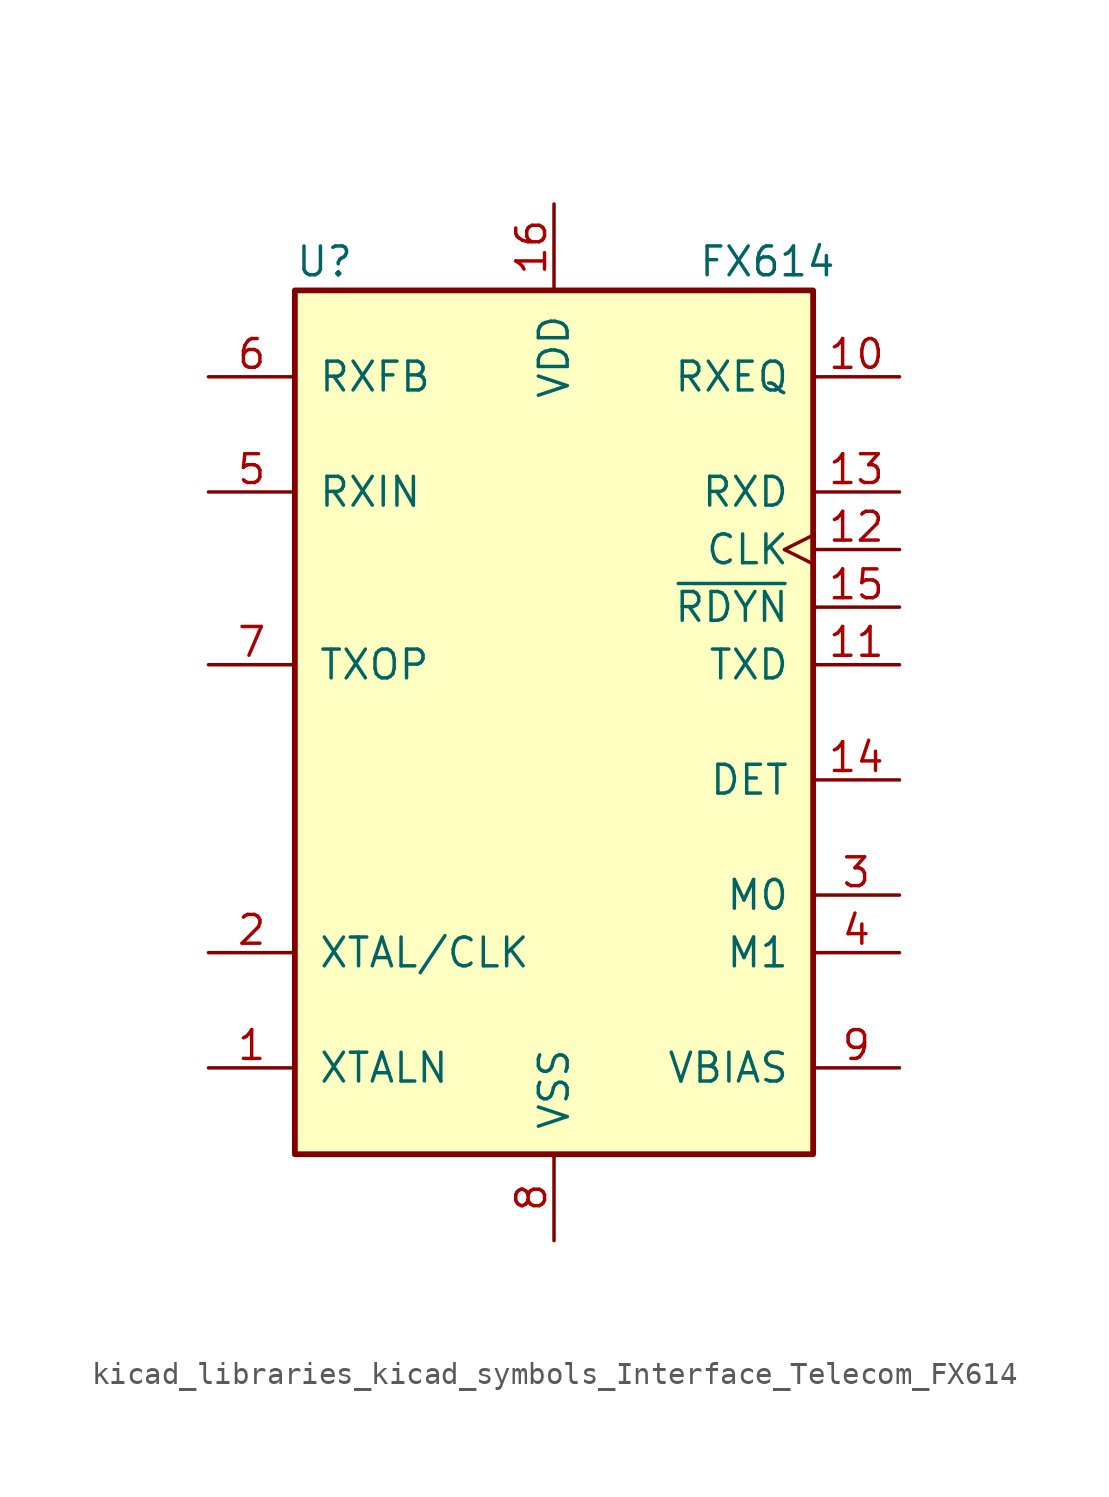
<source format=kicad_sym>
(kicad_symbol_lib
  (version 20220914)
  (generator kicad_symbol_editor)
  (symbol "kicad_libraries_kicad_symbols_Interface_Telecom_FX614"
    (pin_names
      (offset 1.016))
    (property "Reference" "U"
      (at -11.43 20.32 0)
      (effects (font (size 1.27 1.27)) (justify left)))
    (property "Value" "FX614"
      (at 6.35 20.32 0)
      (effects (font (size 1.27 1.27)) (justify left)))
    (symbol "kicad_libraries_kicad_symbols_Interface_Telecom_FX614_0_1"
      (rectangle (start -11.43 19.05) (end 11.43 -19.05) (stroke (width 0.254) (type default)) (fill (type background))))
    (symbol "kicad_libraries_kicad_symbols_Interface_Telecom_FX614_1_1"
      (pin output line (at -15.24 -15.24 0) (length 3.81) (name "XTALN" (effects (font (size 1.27 1.27)))) (number "1" (effects (font (size 1.27 1.27)))))
      (pin input line (at 15.24 15.24 180) (length 3.81) (name "RXEQ" (effects (font (size 1.27 1.27)))) (number "10" (effects (font (size 1.27 1.27)))))
      (pin input line (at 15.24 2.54 180) (length 3.81) (name "TXD" (effects (font (size 1.27 1.27)))) (number "11" (effects (font (size 1.27 1.27)))))
      (pin input clock (at 15.24 7.62 180) (length 3.81) (name "CLK" (effects (font (size 1.27 1.27)))) (number "12" (effects (font (size 1.27 1.27)))))
      (pin output line (at 15.24 10.16 180) (length 3.81) (name "RXD" (effects (font (size 1.27 1.27)))) (number "13" (effects (font (size 1.27 1.27)))))
      (pin output line (at 15.24 -2.54 180) (length 3.81) (name "DET" (effects (font (size 1.27 1.27)))) (number "14" (effects (font (size 1.27 1.27)))))
      (pin output line (at 15.24 5.08 180) (length 3.81) (name "~{RDYN}" (effects (font (size 1.27 1.27)))) (number "15" (effects (font (size 1.27 1.27)))))
      (pin power_in line (at 0 22.86 270) (length 3.81) (name "VDD" (effects (font (size 1.27 1.27)))) (number "16" (effects (font (size 1.27 1.27)))))
      (pin input line (at -15.24 -10.16 0) (length 3.81) (name "XTAL/CLK" (effects (font (size 1.27 1.27)))) (number "2" (effects (font (size 1.27 1.27)))))
      (pin input line (at 15.24 -7.62 180) (length 3.81) (name "M0" (effects (font (size 1.27 1.27)))) (number "3" (effects (font (size 1.27 1.27)))))
      (pin input line (at 15.24 -10.16 180) (length 3.81) (name "M1" (effects (font (size 1.27 1.27)))) (number "4" (effects (font (size 1.27 1.27)))))
      (pin input line (at -15.24 10.16 0) (length 3.81) (name "RXIN" (effects (font (size 1.27 1.27)))) (number "5" (effects (font (size 1.27 1.27)))))
      (pin output line (at -15.24 15.24 0) (length 3.81) (name "RXFB" (effects (font (size 1.27 1.27)))) (number "6" (effects (font (size 1.27 1.27)))))
      (pin output line (at -15.24 2.54 0) (length 3.81) (name "TXOP" (effects (font (size 1.27 1.27)))) (number "7" (effects (font (size 1.27 1.27)))))
      (pin power_in line (at 0 -22.86 90) (length 3.81) (name "VSS" (effects (font (size 1.27 1.27)))) (number "8" (effects (font (size 1.27 1.27)))))
      (pin passive line (at 15.24 -15.24 180) (length 3.81) (name "VBIAS" (effects (font (size 1.27 1.27)))) (number "9" (effects (font (size 1.27 1.27))))))))
</source>
